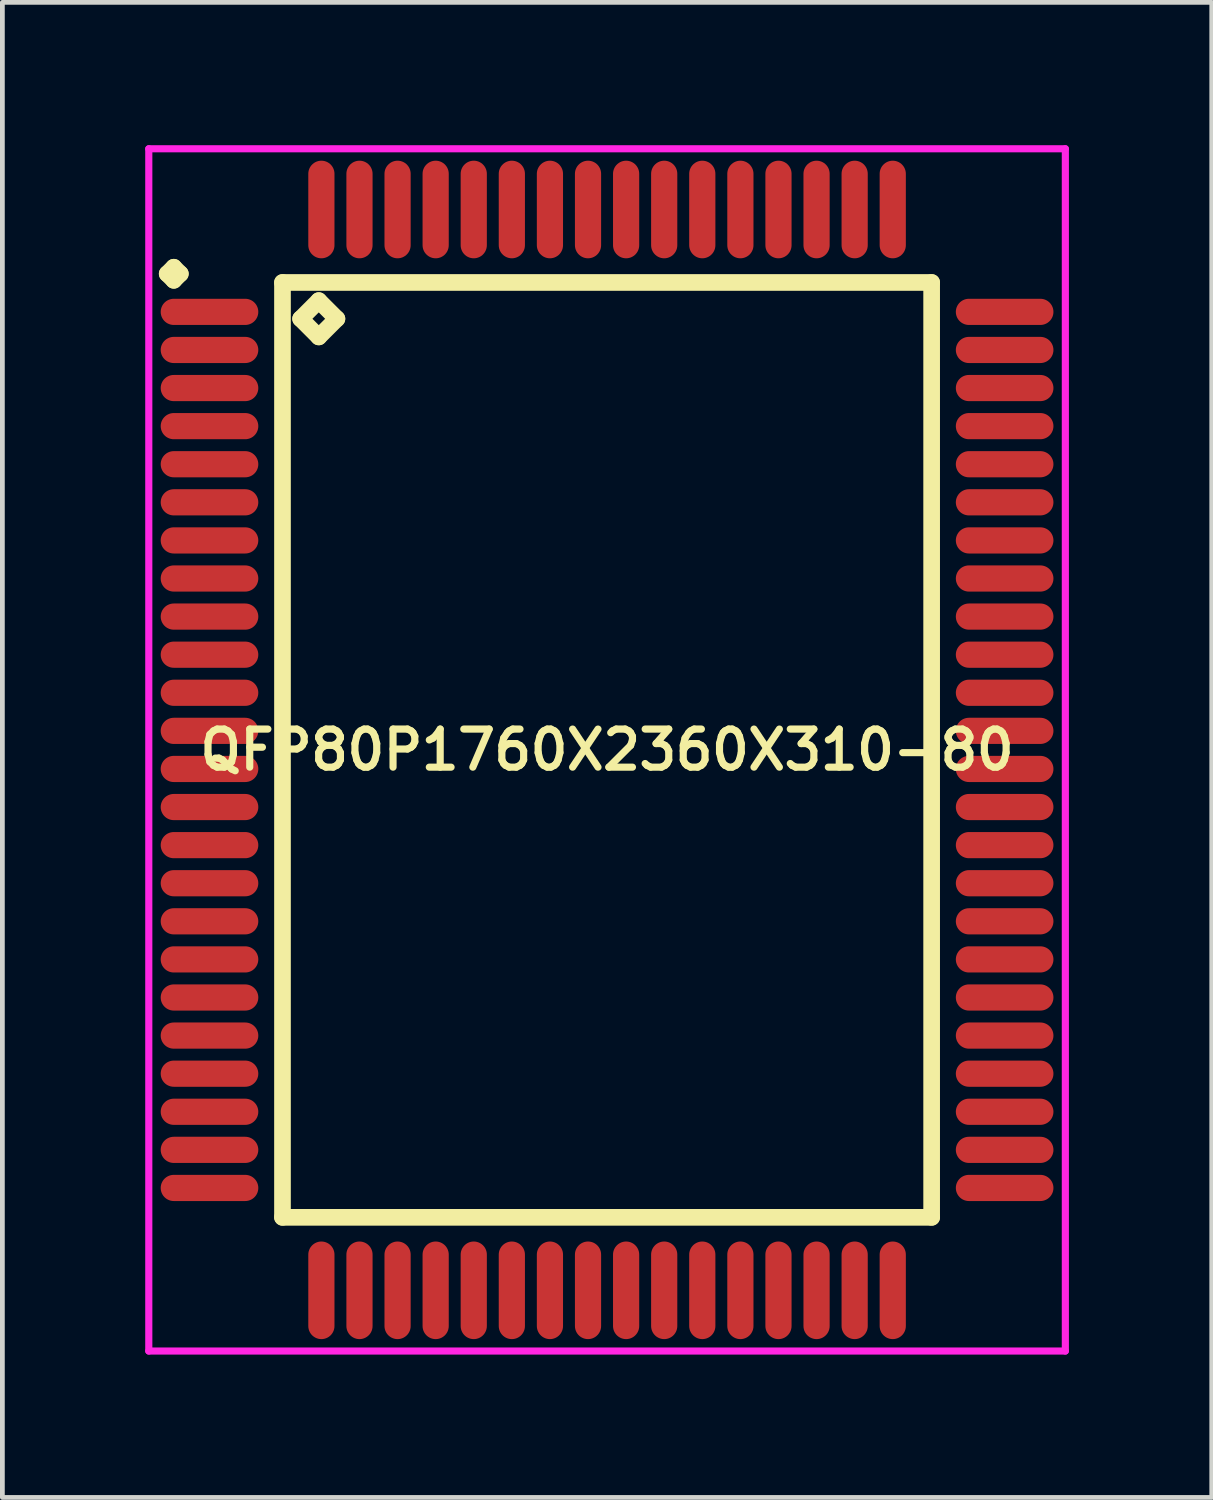
<source format=kicad_pcb>
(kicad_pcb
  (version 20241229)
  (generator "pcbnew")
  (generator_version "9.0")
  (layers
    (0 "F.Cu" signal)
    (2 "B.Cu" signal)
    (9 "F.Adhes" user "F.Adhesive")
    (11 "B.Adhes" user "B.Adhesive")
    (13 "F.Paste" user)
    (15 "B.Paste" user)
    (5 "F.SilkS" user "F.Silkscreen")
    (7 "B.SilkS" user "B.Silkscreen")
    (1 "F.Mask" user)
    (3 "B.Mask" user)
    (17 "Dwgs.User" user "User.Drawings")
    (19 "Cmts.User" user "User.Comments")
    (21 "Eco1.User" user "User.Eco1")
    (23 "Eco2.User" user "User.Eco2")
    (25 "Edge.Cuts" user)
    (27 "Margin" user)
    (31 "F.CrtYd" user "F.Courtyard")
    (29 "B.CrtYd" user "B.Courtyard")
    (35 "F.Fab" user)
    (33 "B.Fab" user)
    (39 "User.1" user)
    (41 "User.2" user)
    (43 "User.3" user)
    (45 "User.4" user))
  (footprint "QFP80P1760X2360X310-80"
    (layer "F.Cu")
    (at 9.7 12.7)
    (property "Reference" "QFP80P1760X2360X310-80" (at 0 0 0) (layer "F.SilkS") (effects (font (size 0.8 0.8) (thickness 0.15))))
    (attr through_hole)
    (fp_line (start -9.238 -10) (end -9.1 -10.137) (stroke (width 0.35) (type solid)) (layer "F.SilkS"))
    (fp_line (start -9.1 -10.137) (end -8.963 -10) (stroke (width 0.35) (type solid)) (layer "F.SilkS"))
    (fp_line (start -9.1 -9.863) (end -9.238 -10) (stroke (width 0.35) (type solid)) (layer "F.SilkS"))
    (fp_line (start -8.963 -10) (end -9.1 -9.863) (stroke (width 0.35) (type solid)) (layer "F.SilkS"))
    (fp_line (start -6.817 -9.817) (end -6.817 9.817) (stroke (width 0.35) (type solid)) (layer "F.SilkS"))
    (fp_line (start -6.817 9.817) (end 6.817 9.817) (stroke (width 0.35) (type solid)) (layer "F.SilkS"))
    (fp_line (start -6.436 -9.055) (end -6.055 -9.436) (stroke (width 0.35) (type solid)) (layer "F.SilkS"))
    (fp_line (start -6.055 -9.436) (end -5.674 -9.055) (stroke (width 0.35) (type solid)) (layer "F.SilkS"))
    (fp_line (start -6.055 -8.674) (end -6.436 -9.055) (stroke (width 0.35) (type solid)) (layer "F.SilkS"))
    (fp_line (start -5.674 -9.055) (end -6.055 -8.674) (stroke (width 0.35) (type solid)) (layer "F.SilkS"))
    (fp_line (start 6.817 -9.817) (end -6.817 -9.817) (stroke (width 0.35) (type solid)) (layer "F.SilkS"))
    (fp_line (start 6.817 9.817) (end 6.817 -9.817) (stroke (width 0.35) (type solid)) (layer "F.SilkS"))
    (fp_line (start -9.625 -12.625) (end 9.625 -12.625) (stroke (width 0.15) (type solid)) (layer "F.CrtYd"))
    (fp_line (start -9.625 12.625) (end -9.625 -12.625) (stroke (width 0.15) (type solid)) (layer "F.CrtYd"))
    (fp_line (start 9.625 -12.625) (end 9.625 12.625) (stroke (width 0.15) (type solid)) (layer "F.CrtYd"))
    (fp_line (start 9.625 12.625) (end -9.625 12.625) (stroke (width 0.15) (type solid)) (layer "F.CrtYd"))
    (pad "1" smd oval (at -8.35 -9.2) (size 2.05 0.55) (layers "F.Cu" "F.Mask" "F.Paste"))
    (pad "2" smd oval (at -8.35 -8.4) (size 2.05 0.55) (layers "F.Cu" "F.Mask" "F.Paste"))
    (pad "3" smd oval (at -8.35 -7.6) (size 2.05 0.55) (layers "F.Cu" "F.Mask" "F.Paste"))
    (pad "4" smd oval (at -8.35 -6.8) (size 2.05 0.55) (layers "F.Cu" "F.Mask" "F.Paste"))
    (pad "5" smd oval (at -8.35 -6) (size 2.05 0.55) (layers "F.Cu" "F.Mask" "F.Paste"))
    (pad "6" smd oval (at -8.35 -5.2) (size 2.05 0.55) (layers "F.Cu" "F.Mask" "F.Paste"))
    (pad "7" smd oval (at -8.35 -4.4) (size 2.05 0.55) (layers "F.Cu" "F.Mask" "F.Paste"))
    (pad "8" smd oval (at -8.35 -3.6) (size 2.05 0.55) (layers "F.Cu" "F.Mask" "F.Paste"))
    (pad "9" smd oval (at -8.35 -2.8) (size 2.05 0.55) (layers "F.Cu" "F.Mask" "F.Paste"))
    (pad "10" smd oval (at -8.35 -2) (size 2.05 0.55) (layers "F.Cu" "F.Mask" "F.Paste"))
    (pad "11" smd oval (at -8.35 -1.2) (size 2.05 0.55) (layers "F.Cu" "F.Mask" "F.Paste"))
    (pad "12" smd oval (at -8.35 -0.4) (size 2.05 0.55) (layers "F.Cu" "F.Mask" "F.Paste"))
    (pad "13" smd oval (at -8.35 0.4) (size 2.05 0.55) (layers "F.Cu" "F.Mask" "F.Paste"))
    (pad "14" smd oval (at -8.35 1.2) (size 2.05 0.55) (layers "F.Cu" "F.Mask" "F.Paste"))
    (pad "15" smd oval (at -8.35 2) (size 2.05 0.55) (layers "F.Cu" "F.Mask" "F.Paste"))
    (pad "16" smd oval (at -8.35 2.8) (size 2.05 0.55) (layers "F.Cu" "F.Mask" "F.Paste"))
    (pad "17" smd oval (at -8.35 3.6) (size 2.05 0.55) (layers "F.Cu" "F.Mask" "F.Paste"))
    (pad "18" smd oval (at -8.35 4.4) (size 2.05 0.55) (layers "F.Cu" "F.Mask" "F.Paste"))
    (pad "19" smd oval (at -8.35 5.2) (size 2.05 0.55) (layers "F.Cu" "F.Mask" "F.Paste"))
    (pad "20" smd oval (at -8.35 6) (size 2.05 0.55) (layers "F.Cu" "F.Mask" "F.Paste"))
    (pad "21" smd oval (at -8.35 6.8) (size 2.05 0.55) (layers "F.Cu" "F.Mask" "F.Paste"))
    (pad "22" smd oval (at -8.35 7.6) (size 2.05 0.55) (layers "F.Cu" "F.Mask" "F.Paste"))
    (pad "23" smd oval (at -8.35 8.4) (size 2.05 0.55) (layers "F.Cu" "F.Mask" "F.Paste"))
    (pad "24" smd oval (at -8.35 9.2) (size 2.05 0.55) (layers "F.Cu" "F.Mask" "F.Paste"))
    (pad "25" smd oval (at -6 11.35) (size 0.55 2.05) (layers "F.Cu" "F.Mask" "F.Paste"))
    (pad "26" smd oval (at -5.2 11.35) (size 0.55 2.05) (layers "F.Cu" "F.Mask" "F.Paste"))
    (pad "27" smd oval (at -4.4 11.35) (size 0.55 2.05) (layers "F.Cu" "F.Mask" "F.Paste"))
    (pad "28" smd oval (at -3.6 11.35) (size 0.55 2.05) (layers "F.Cu" "F.Mask" "F.Paste"))
    (pad "29" smd oval (at -2.8 11.35) (size 0.55 2.05) (layers "F.Cu" "F.Mask" "F.Paste"))
    (pad "30" smd oval (at -2 11.35) (size 0.55 2.05) (layers "F.Cu" "F.Mask" "F.Paste"))
    (pad "31" smd oval (at -1.2 11.35) (size 0.55 2.05) (layers "F.Cu" "F.Mask" "F.Paste"))
    (pad "32" smd oval (at -0.4 11.35) (size 0.55 2.05) (layers "F.Cu" "F.Mask" "F.Paste"))
    (pad "33" smd oval (at 0.4 11.35) (size 0.55 2.05) (layers "F.Cu" "F.Mask" "F.Paste"))
    (pad "34" smd oval (at 1.2 11.35) (size 0.55 2.05) (layers "F.Cu" "F.Mask" "F.Paste"))
    (pad "35" smd oval (at 2 11.35) (size 0.55 2.05) (layers "F.Cu" "F.Mask" "F.Paste"))
    (pad "36" smd oval (at 2.8 11.35) (size 0.55 2.05) (layers "F.Cu" "F.Mask" "F.Paste"))
    (pad "37" smd oval (at 3.6 11.35) (size 0.55 2.05) (layers "F.Cu" "F.Mask" "F.Paste"))
    (pad "38" smd oval (at 4.4 11.35) (size 0.55 2.05) (layers "F.Cu" "F.Mask" "F.Paste"))
    (pad "39" smd oval (at 5.2 11.35) (size 0.55 2.05) (layers "F.Cu" "F.Mask" "F.Paste"))
    (pad "40" smd oval (at 6 11.35) (size 0.55 2.05) (layers "F.Cu" "F.Mask" "F.Paste"))
    (pad "41" smd oval (at 8.35 9.2) (size 2.05 0.55) (layers "F.Cu" "F.Mask" "F.Paste"))
    (pad "42" smd oval (at 8.35 8.4) (size 2.05 0.55) (layers "F.Cu" "F.Mask" "F.Paste"))
    (pad "43" smd oval (at 8.35 7.6) (size 2.05 0.55) (layers "F.Cu" "F.Mask" "F.Paste"))
    (pad "44" smd oval (at 8.35 6.8) (size 2.05 0.55) (layers "F.Cu" "F.Mask" "F.Paste"))
    (pad "45" smd oval (at 8.35 6) (size 2.05 0.55) (layers "F.Cu" "F.Mask" "F.Paste"))
    (pad "46" smd oval (at 8.35 5.2) (size 2.05 0.55) (layers "F.Cu" "F.Mask" "F.Paste"))
    (pad "47" smd oval (at 8.35 4.4) (size 2.05 0.55) (layers "F.Cu" "F.Mask" "F.Paste"))
    (pad "48" smd oval (at 8.35 3.6) (size 2.05 0.55) (layers "F.Cu" "F.Mask" "F.Paste"))
    (pad "49" smd oval (at 8.35 2.8) (size 2.05 0.55) (layers "F.Cu" "F.Mask" "F.Paste"))
    (pad "50" smd oval (at 8.35 2) (size 2.05 0.55) (layers "F.Cu" "F.Mask" "F.Paste"))
    (pad "51" smd oval (at 8.35 1.2) (size 2.05 0.55) (layers "F.Cu" "F.Mask" "F.Paste"))
    (pad "52" smd oval (at 8.35 0.4) (size 2.05 0.55) (layers "F.Cu" "F.Mask" "F.Paste"))
    (pad "53" smd oval (at 8.35 -0.4) (size 2.05 0.55) (layers "F.Cu" "F.Mask" "F.Paste"))
    (pad "54" smd oval (at 8.35 -1.2) (size 2.05 0.55) (layers "F.Cu" "F.Mask" "F.Paste"))
    (pad "55" smd oval (at 8.35 -2) (size 2.05 0.55) (layers "F.Cu" "F.Mask" "F.Paste"))
    (pad "56" smd oval (at 8.35 -2.8) (size 2.05 0.55) (layers "F.Cu" "F.Mask" "F.Paste"))
    (pad "57" smd oval (at 8.35 -3.6) (size 2.05 0.55) (layers "F.Cu" "F.Mask" "F.Paste"))
    (pad "58" smd oval (at 8.35 -4.4) (size 2.05 0.55) (layers "F.Cu" "F.Mask" "F.Paste"))
    (pad "59" smd oval (at 8.35 -5.2) (size 2.05 0.55) (layers "F.Cu" "F.Mask" "F.Paste"))
    (pad "60" smd oval (at 8.35 -6) (size 2.05 0.55) (layers "F.Cu" "F.Mask" "F.Paste"))
    (pad "61" smd oval (at 8.35 -6.8) (size 2.05 0.55) (layers "F.Cu" "F.Mask" "F.Paste"))
    (pad "62" smd oval (at 8.35 -7.6) (size 2.05 0.55) (layers "F.Cu" "F.Mask" "F.Paste"))
    (pad "63" smd oval (at 8.35 -8.4) (size 2.05 0.55) (layers "F.Cu" "F.Mask" "F.Paste"))
    (pad "64" smd oval (at 8.35 -9.2) (size 2.05 0.55) (layers "F.Cu" "F.Mask" "F.Paste"))
    (pad "65" smd oval (at 6 -11.35) (size 0.55 2.05) (layers "F.Cu" "F.Mask" "F.Paste"))
    (pad "66" smd oval (at 5.2 -11.35) (size 0.55 2.05) (layers "F.Cu" "F.Mask" "F.Paste"))
    (pad "67" smd oval (at 4.4 -11.35) (size 0.55 2.05) (layers "F.Cu" "F.Mask" "F.Paste"))
    (pad "68" smd oval (at 3.6 -11.35) (size 0.55 2.05) (layers "F.Cu" "F.Mask" "F.Paste"))
    (pad "69" smd oval (at 2.8 -11.35) (size 0.55 2.05) (layers "F.Cu" "F.Mask" "F.Paste"))
    (pad "70" smd oval (at 2 -11.35) (size 0.55 2.05) (layers "F.Cu" "F.Mask" "F.Paste"))
    (pad "71" smd oval (at 1.2 -11.35) (size 0.55 2.05) (layers "F.Cu" "F.Mask" "F.Paste"))
    (pad "72" smd oval (at 0.4 -11.35) (size 0.55 2.05) (layers "F.Cu" "F.Mask" "F.Paste"))
    (pad "73" smd oval (at -0.4 -11.35) (size 0.55 2.05) (layers "F.Cu" "F.Mask" "F.Paste"))
    (pad "74" smd oval (at -1.2 -11.35) (size 0.55 2.05) (layers "F.Cu" "F.Mask" "F.Paste"))
    (pad "75" smd oval (at -2 -11.35) (size 0.55 2.05) (layers "F.Cu" "F.Mask" "F.Paste"))
    (pad "76" smd oval (at -2.8 -11.35) (size 0.55 2.05) (layers "F.Cu" "F.Mask" "F.Paste"))
    (pad "77" smd oval (at -3.6 -11.35) (size 0.55 2.05) (layers "F.Cu" "F.Mask" "F.Paste"))
    (pad "78" smd oval (at -4.4 -11.35) (size 0.55 2.05) (layers "F.Cu" "F.Mask" "F.Paste"))
    (pad "79" smd oval (at -5.2 -11.35) (size 0.55 2.05) (layers "F.Cu" "F.Mask" "F.Paste"))
    (pad "80" smd oval (at -6 -11.35) (size 0.55 2.05) (layers "F.Cu" "F.Mask" "F.Paste")))
  (gr_rect
    (start -3 -3)
    (end 22.4 28.4)
    (stroke (width 0.1) (type default))
    (fill no)
    (layer "Edge.Cuts")))
</source>
